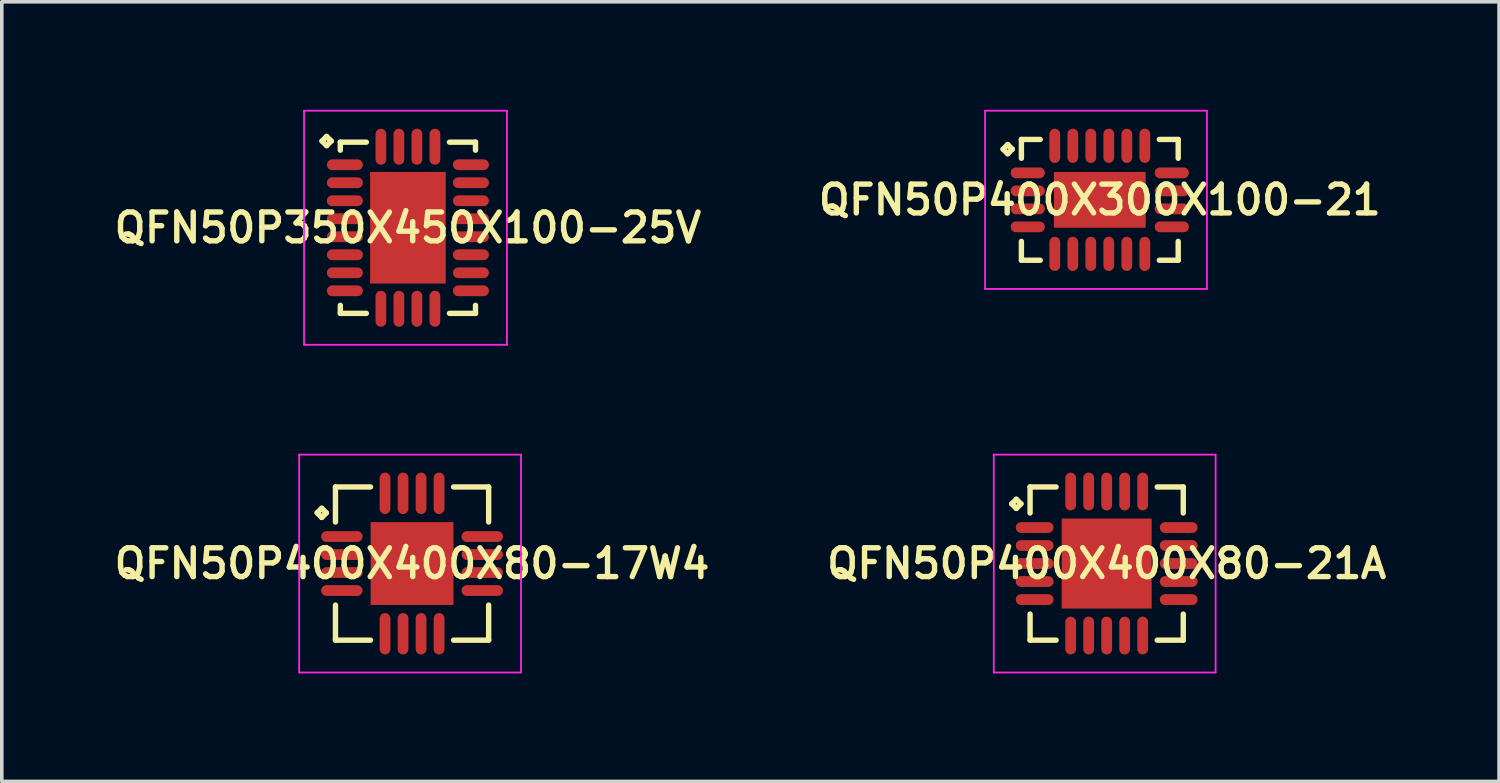
<source format=kicad_pcb>
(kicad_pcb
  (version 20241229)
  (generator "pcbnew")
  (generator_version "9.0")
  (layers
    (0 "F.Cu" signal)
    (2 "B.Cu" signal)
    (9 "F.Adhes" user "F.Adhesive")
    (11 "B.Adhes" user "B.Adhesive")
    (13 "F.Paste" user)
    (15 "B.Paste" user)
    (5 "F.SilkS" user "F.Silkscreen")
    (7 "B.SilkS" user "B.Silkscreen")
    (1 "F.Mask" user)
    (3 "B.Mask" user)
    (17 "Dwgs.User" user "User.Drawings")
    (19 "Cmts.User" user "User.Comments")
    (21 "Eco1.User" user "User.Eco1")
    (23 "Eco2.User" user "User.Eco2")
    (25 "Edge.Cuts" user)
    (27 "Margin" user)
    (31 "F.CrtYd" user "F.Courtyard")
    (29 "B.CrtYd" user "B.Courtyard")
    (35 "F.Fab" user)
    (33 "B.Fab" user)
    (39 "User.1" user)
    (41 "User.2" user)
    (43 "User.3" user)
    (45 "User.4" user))
  (footprint "QFN50P400X400X80-17W4"
    (layer "F.Cu")
    (at 8.393 12.6)
    (property "Reference" "QFN50P400X400X80-17W4" (at 0 0 0) (layer "F.SilkS") (effects (font (size 0.8 0.8) (thickness 0.15))))
    (attr smd)
    (fp_line (start -2.635 -1.408) (end -2.508 -1.535) (stroke (width 0.15) (type solid)) (layer "F.SilkS"))
    (fp_line (start -2.508 -1.535) (end -2.381 -1.408) (stroke (width 0.15) (type solid)) (layer "F.SilkS"))
    (fp_line (start -2.508 -1.281) (end -2.635 -1.408) (stroke (width 0.15) (type solid)) (layer "F.SilkS"))
    (fp_line (start -2.381 -1.408) (end -2.508 -1.281) (stroke (width 0.15) (type solid)) (layer "F.SilkS"))
    (fp_line (start -2.127 -2.127) (end -1.154 -2.127) (stroke (width 0.15) (type solid)) (layer "F.SilkS"))
    (fp_line (start -2.127 -1.154) (end -2.127 -2.127) (stroke (width 0.15) (type solid)) (layer "F.SilkS"))
    (fp_line (start -2.127 1.154) (end -2.127 2.127) (stroke (width 0.15) (type solid)) (layer "F.SilkS"))
    (fp_line (start -2.127 2.127) (end -1.154 2.127) (stroke (width 0.15) (type solid)) (layer "F.SilkS"))
    (fp_line (start 1.154 -2.127) (end 2.127 -2.127) (stroke (width 0.15) (type solid)) (layer "F.SilkS"))
    (fp_line (start 1.154 2.127) (end 2.127 2.127) (stroke (width 0.15) (type solid)) (layer "F.SilkS"))
    (fp_line (start 2.127 -2.127) (end 2.127 -1.154) (stroke (width 0.15) (type solid)) (layer "F.SilkS"))
    (fp_line (start 2.127 2.127) (end 2.127 1.154) (stroke (width 0.15) (type solid)) (layer "F.SilkS"))
    (fp_line (start -3.135 -3.025) (end 3.025 -3.025) (stroke (width 0.05) (type solid)) (layer "F.CrtYd"))
    (fp_line (start -3.135 3.025) (end -3.135 -3.025) (stroke (width 0.05) (type solid)) (layer "F.CrtYd"))
    (fp_line (start 3.025 -3.025) (end 3.025 3.025) (stroke (width 0.05) (type solid)) (layer "F.CrtYd"))
    (fp_line (start 3.025 3.025) (end -3.135 3.025) (stroke (width 0.05) (type solid)) (layer "F.CrtYd"))
    (pad "1" smd oval (at -1.95 -0.75) (size 1.15 0.3) (layers "F.Cu" "F.Mask" "F.Paste"))
    (pad "2" smd oval (at -1.95 -0.25) (size 1.15 0.3) (layers "F.Cu" "F.Mask" "F.Paste"))
    (pad "3" smd oval (at -1.95 0.25) (size 1.15 0.3) (layers "F.Cu" "F.Mask" "F.Paste"))
    (pad "4" smd oval (at -1.95 0.75) (size 1.15 0.3) (layers "F.Cu" "F.Mask" "F.Paste"))
    (pad "5" smd oval (at -0.75 1.95) (size 0.3 1.15) (layers "F.Cu" "F.Mask" "F.Paste"))
    (pad "6" smd oval (at -0.25 1.95) (size 0.3 1.15) (layers "F.Cu" "F.Mask" "F.Paste"))
    (pad "7" smd oval (at 0.25 1.95) (size 0.3 1.15) (layers "F.Cu" "F.Mask" "F.Paste"))
    (pad "8" smd oval (at 0.75 1.95) (size 0.3 1.15) (layers "F.Cu" "F.Mask" "F.Paste"))
    (pad "9" smd oval (at 1.95 0.75) (size 1.15 0.3) (layers "F.Cu" "F.Mask" "F.Paste"))
    (pad "10" smd oval (at 1.95 0.25) (size 1.15 0.3) (layers "F.Cu" "F.Mask" "F.Paste"))
    (pad "11" smd oval (at 1.95 -0.25) (size 1.15 0.3) (layers "F.Cu" "F.Mask" "F.Paste"))
    (pad "12" smd oval (at 1.95 -0.75) (size 1.15 0.3) (layers "F.Cu" "F.Mask" "F.Paste"))
    (pad "13" smd oval (at 0.75 -1.95) (size 0.3 1.15) (layers "F.Cu" "F.Mask" "F.Paste"))
    (pad "14" smd oval (at 0.25 -1.95) (size 0.3 1.15) (layers "F.Cu" "F.Mask" "F.Paste"))
    (pad "15" smd oval (at -0.25 -1.95) (size 0.3 1.15) (layers "F.Cu" "F.Mask" "F.Paste"))
    (pad "16" smd oval (at -0.75 -1.95) (size 0.3 1.15) (layers "F.Cu" "F.Mask" "F.Paste"))
    (pad "17" smd rect (at 0 0) (size 2.3 2.3) (layers "F.Cu" "F.Mask" "F.Paste")))
  (footprint "QFN50P400X400X80-21A"
    (layer "F.Cu")
    (at 27.683 12.6)
    (property "Reference" "QFN50P400X400X80-21A" (at 0 0 0) (layer "F.SilkS") (effects (font (size 0.8 0.8) (thickness 0.15))))
    (attr smd)
    (fp_line (start -2.635 -1.658) (end -2.508 -1.785) (stroke (width 0.15) (type solid)) (layer "F.SilkS"))
    (fp_line (start -2.508 -1.785) (end -2.381 -1.658) (stroke (width 0.15) (type solid)) (layer "F.SilkS"))
    (fp_line (start -2.508 -1.531) (end -2.635 -1.658) (stroke (width 0.15) (type solid)) (layer "F.SilkS"))
    (fp_line (start -2.381 -1.658) (end -2.508 -1.531) (stroke (width 0.15) (type solid)) (layer "F.SilkS"))
    (fp_line (start -2.127 -2.127) (end -1.404 -2.127) (stroke (width 0.15) (type solid)) (layer "F.SilkS"))
    (fp_line (start -2.127 -1.404) (end -2.127 -2.127) (stroke (width 0.15) (type solid)) (layer "F.SilkS"))
    (fp_line (start -2.127 1.404) (end -2.127 2.127) (stroke (width 0.15) (type solid)) (layer "F.SilkS"))
    (fp_line (start -2.127 2.127) (end -1.404 2.127) (stroke (width 0.15) (type solid)) (layer "F.SilkS"))
    (fp_line (start 1.404 -2.127) (end 2.127 -2.127) (stroke (width 0.15) (type solid)) (layer "F.SilkS"))
    (fp_line (start 1.404 2.127) (end 2.127 2.127) (stroke (width 0.15) (type solid)) (layer "F.SilkS"))
    (fp_line (start 2.127 -2.127) (end 2.127 -1.404) (stroke (width 0.15) (type solid)) (layer "F.SilkS"))
    (fp_line (start 2.127 2.127) (end 2.127 1.404) (stroke (width 0.15) (type solid)) (layer "F.SilkS"))
    (fp_line (start -3.135 -3.025) (end 3.025 -3.025) (stroke (width 0.05) (type solid)) (layer "F.CrtYd"))
    (fp_line (start -3.135 3.025) (end -3.135 -3.025) (stroke (width 0.05) (type solid)) (layer "F.CrtYd"))
    (fp_line (start 3.025 -3.025) (end 3.025 3.025) (stroke (width 0.05) (type solid)) (layer "F.CrtYd"))
    (fp_line (start 3.025 3.025) (end -3.135 3.025) (stroke (width 0.05) (type solid)) (layer "F.CrtYd"))
    (pad "1" smd oval (at -2 -1) (size 1.05 0.3) (layers "F.Cu" "F.Mask" "F.Paste"))
    (pad "2" smd oval (at -2 -0.5) (size 1.05 0.3) (layers "F.Cu" "F.Mask" "F.Paste"))
    (pad "3" smd oval (at -2 0) (size 1.05 0.3) (layers "F.Cu" "F.Mask" "F.Paste"))
    (pad "4" smd oval (at -2 0.5) (size 1.05 0.3) (layers "F.Cu" "F.Mask" "F.Paste"))
    (pad "5" smd oval (at -2 1) (size 1.05 0.3) (layers "F.Cu" "F.Mask" "F.Paste"))
    (pad "6" smd oval (at -1 2) (size 0.3 1.05) (layers "F.Cu" "F.Mask" "F.Paste"))
    (pad "7" smd oval (at -0.5 2) (size 0.3 1.05) (layers "F.Cu" "F.Mask" "F.Paste"))
    (pad "8" smd oval (at 0 2) (size 0.3 1.05) (layers "F.Cu" "F.Mask" "F.Paste"))
    (pad "9" smd oval (at 0.5 2) (size 0.3 1.05) (layers "F.Cu" "F.Mask" "F.Paste"))
    (pad "10" smd oval (at 1 2) (size 0.3 1.05) (layers "F.Cu" "F.Mask" "F.Paste"))
    (pad "11" smd oval (at 2 1) (size 1.05 0.3) (layers "F.Cu" "F.Mask" "F.Paste"))
    (pad "12" smd oval (at 2 0.5) (size 1.05 0.3) (layers "F.Cu" "F.Mask" "F.Paste"))
    (pad "13" smd oval (at 2 0) (size 1.05 0.3) (layers "F.Cu" "F.Mask" "F.Paste"))
    (pad "14" smd oval (at 2 -0.5) (size 1.05 0.3) (layers "F.Cu" "F.Mask" "F.Paste"))
    (pad "15" smd oval (at 2 -1) (size 1.05 0.3) (layers "F.Cu" "F.Mask" "F.Paste"))
    (pad "16" smd oval (at 1 -2) (size 0.3 1.05) (layers "F.Cu" "F.Mask" "F.Paste"))
    (pad "17" smd oval (at 0.5 -2) (size 0.3 1.05) (layers "F.Cu" "F.Mask" "F.Paste"))
    (pad "18" smd oval (at 0 -2) (size 0.3 1.05) (layers "F.Cu" "F.Mask" "F.Paste"))
    (pad "19" smd oval (at -0.5 -2) (size 0.3 1.05) (layers "F.Cu" "F.Mask" "F.Paste"))
    (pad "20" smd oval (at -1 -2) (size 0.3 1.05) (layers "F.Cu" "F.Mask" "F.Paste"))
    (pad "21" smd rect (at 0 0) (size 2.5 2.5) (layers "F.Cu" "F.Mask" "F.Paste")))
  (footprint "QFN50P350X450X100-25V"
    (layer "F.Cu")
    (at 8.278 3.275)
    (property "Reference" "QFN50P350X450X100-25V" (at 0 0 0) (layer "F.SilkS") (effects (font (size 0.8 0.8) (thickness 0.15))))
    (attr smd)
    (fp_line (start -2.385 -2.408) (end -2.258 -2.535) (stroke (width 0.15) (type solid)) (layer "F.SilkS"))
    (fp_line (start -2.258 -2.535) (end -2.131 -2.408) (stroke (width 0.15) (type solid)) (layer "F.SilkS"))
    (fp_line (start -2.258 -2.281) (end -2.385 -2.408) (stroke (width 0.15) (type solid)) (layer "F.SilkS"))
    (fp_line (start -2.131 -2.408) (end -2.258 -2.281) (stroke (width 0.15) (type solid)) (layer "F.SilkS"))
    (fp_line (start -1.877 -2.377) (end -1.154 -2.377) (stroke (width 0.15) (type solid)) (layer "F.SilkS"))
    (fp_line (start -1.877 -2.154) (end -1.877 -2.377) (stroke (width 0.15) (type solid)) (layer "F.SilkS"))
    (fp_line (start -1.877 2.154) (end -1.877 2.377) (stroke (width 0.15) (type solid)) (layer "F.SilkS"))
    (fp_line (start -1.877 2.377) (end -1.154 2.377) (stroke (width 0.15) (type solid)) (layer "F.SilkS"))
    (fp_line (start 1.154 -2.377) (end 1.877 -2.377) (stroke (width 0.15) (type solid)) (layer "F.SilkS"))
    (fp_line (start 1.154 2.377) (end 1.877 2.377) (stroke (width 0.15) (type solid)) (layer "F.SilkS"))
    (fp_line (start 1.877 -2.377) (end 1.877 -2.154) (stroke (width 0.15) (type solid)) (layer "F.SilkS"))
    (fp_line (start 1.877 2.377) (end 1.877 2.154) (stroke (width 0.15) (type solid)) (layer "F.SilkS"))
    (fp_line (start -2.885 -3.25) (end 2.75 -3.25) (stroke (width 0.05) (type solid)) (layer "F.CrtYd"))
    (fp_line (start -2.885 3.25) (end -2.885 -3.25) (stroke (width 0.05) (type solid)) (layer "F.CrtYd"))
    (fp_line (start 2.75 -3.25) (end 2.75 3.25) (stroke (width 0.05) (type solid)) (layer "F.CrtYd"))
    (fp_line (start 2.75 3.25) (end -2.885 3.25) (stroke (width 0.05) (type solid)) (layer "F.CrtYd"))
    (pad "1" smd oval (at -1.75 -1.75) (size 1 0.3) (layers "F.Cu" "F.Mask" "F.Paste"))
    (pad "2" smd oval (at -1.75 -1.25) (size 1 0.3) (layers "F.Cu" "F.Mask" "F.Paste"))
    (pad "3" smd oval (at -1.75 -0.75) (size 1 0.3) (layers "F.Cu" "F.Mask" "F.Paste"))
    (pad "4" smd oval (at -1.75 -0.25) (size 1 0.3) (layers "F.Cu" "F.Mask" "F.Paste"))
    (pad "5" smd oval (at -1.75 0.25) (size 1 0.3) (layers "F.Cu" "F.Mask" "F.Paste"))
    (pad "6" smd oval (at -1.75 0.75) (size 1 0.3) (layers "F.Cu" "F.Mask" "F.Paste"))
    (pad "7" smd oval (at -1.75 1.25) (size 1 0.3) (layers "F.Cu" "F.Mask" "F.Paste"))
    (pad "8" smd oval (at -1.75 1.75) (size 1 0.3) (layers "F.Cu" "F.Mask" "F.Paste"))
    (pad "9" smd oval (at -0.75 2.25) (size 0.3 1) (layers "F.Cu" "F.Mask" "F.Paste"))
    (pad "10" smd oval (at -0.25 2.25) (size 0.3 1) (layers "F.Cu" "F.Mask" "F.Paste"))
    (pad "11" smd oval (at 0.25 2.25) (size 0.3 1) (layers "F.Cu" "F.Mask" "F.Paste"))
    (pad "12" smd oval (at 0.75 2.25) (size 0.3 1) (layers "F.Cu" "F.Mask" "F.Paste"))
    (pad "13" smd oval (at 1.75 1.75) (size 1 0.3) (layers "F.Cu" "F.Mask" "F.Paste"))
    (pad "14" smd oval (at 1.75 1.25) (size 1 0.3) (layers "F.Cu" "F.Mask" "F.Paste"))
    (pad "15" smd oval (at 1.75 0.75) (size 1 0.3) (layers "F.Cu" "F.Mask" "F.Paste"))
    (pad "16" smd oval (at 1.75 0.25) (size 1 0.3) (layers "F.Cu" "F.Mask" "F.Paste"))
    (pad "17" smd oval (at 1.75 -0.25) (size 1 0.3) (layers "F.Cu" "F.Mask" "F.Paste"))
    (pad "18" smd oval (at 1.75 -0.75) (size 1 0.3) (layers "F.Cu" "F.Mask" "F.Paste"))
    (pad "19" smd oval (at 1.75 -1.25) (size 1 0.3) (layers "F.Cu" "F.Mask" "F.Paste"))
    (pad "20" smd oval (at 1.75 -1.75) (size 1 0.3) (layers "F.Cu" "F.Mask" "F.Paste"))
    (pad "21" smd oval (at 0.75 -2.25) (size 0.3 1) (layers "F.Cu" "F.Mask" "F.Paste"))
    (pad "22" smd oval (at 0.25 -2.25) (size 0.3 1) (layers "F.Cu" "F.Mask" "F.Paste"))
    (pad "23" smd oval (at -0.25 -2.25) (size 0.3 1) (layers "F.Cu" "F.Mask" "F.Paste"))
    (pad "24" smd oval (at -0.75 -2.25) (size 0.3 1) (layers "F.Cu" "F.Mask" "F.Paste"))
    (pad "25" smd rect (at 0 0) (size 2.1 3.1) (layers "F.Cu" "F.Mask" "F.Paste")))
  (footprint "QFN50P400X300X100-21"
    (layer "F.Cu")
    (at 27.492 2.5)
    (property "Reference" "QFN50P400X300X100-21" (at 0 0 0) (layer "F.SilkS") (effects (font (size 0.8 0.8) (thickness 0.15))))
    (attr smd)
    (fp_line (start -2.685 -1.408) (end -2.558 -1.535) (stroke (width 0.15) (type solid)) (layer "F.SilkS"))
    (fp_line (start -2.558 -1.535) (end -2.431 -1.408) (stroke (width 0.15) (type solid)) (layer "F.SilkS"))
    (fp_line (start -2.558 -1.281) (end -2.685 -1.408) (stroke (width 0.15) (type solid)) (layer "F.SilkS"))
    (fp_line (start -2.431 -1.408) (end -2.558 -1.281) (stroke (width 0.15) (type solid)) (layer "F.SilkS"))
    (fp_line (start -2.177 -1.677) (end -1.654 -1.677) (stroke (width 0.15) (type solid)) (layer "F.SilkS"))
    (fp_line (start -2.177 -1.154) (end -2.177 -1.677) (stroke (width 0.15) (type solid)) (layer "F.SilkS"))
    (fp_line (start -2.177 1.154) (end -2.177 1.677) (stroke (width 0.15) (type solid)) (layer "F.SilkS"))
    (fp_line (start -2.177 1.677) (end -1.654 1.677) (stroke (width 0.15) (type solid)) (layer "F.SilkS"))
    (fp_line (start 1.654 -1.677) (end 2.177 -1.677) (stroke (width 0.15) (type solid)) (layer "F.SilkS"))
    (fp_line (start 1.654 1.677) (end 2.177 1.677) (stroke (width 0.15) (type solid)) (layer "F.SilkS"))
    (fp_line (start 2.177 -1.677) (end 2.177 -1.154) (stroke (width 0.15) (type solid)) (layer "F.SilkS"))
    (fp_line (start 2.177 1.677) (end 2.177 1.154) (stroke (width 0.15) (type solid)) (layer "F.SilkS"))
    (fp_line (start -3.185 -2.475) (end 2.975 -2.475) (stroke (width 0.05) (type solid)) (layer "F.CrtYd"))
    (fp_line (start -3.185 2.475) (end -3.185 -2.475) (stroke (width 0.05) (type solid)) (layer "F.CrtYd"))
    (fp_line (start 2.975 -2.475) (end 2.975 2.475) (stroke (width 0.05) (type solid)) (layer "F.CrtYd"))
    (fp_line (start 2.975 2.475) (end -3.185 2.475) (stroke (width 0.05) (type solid)) (layer "F.CrtYd"))
    (pad "1" smd oval (at -2 -0.75) (size 0.95 0.3) (layers "F.Cu" "F.Mask" "F.Paste"))
    (pad "2" smd oval (at -2 -0.25) (size 0.95 0.3) (layers "F.Cu" "F.Mask" "F.Paste"))
    (pad "3" smd oval (at -2 0.25) (size 0.95 0.3) (layers "F.Cu" "F.Mask" "F.Paste"))
    (pad "4" smd oval (at -2 0.75) (size 0.95 0.3) (layers "F.Cu" "F.Mask" "F.Paste"))
    (pad "5" smd oval (at -1.25 1.5) (size 0.3 0.95) (layers "F.Cu" "F.Mask" "F.Paste"))
    (pad "6" smd oval (at -0.75 1.5) (size 0.3 0.95) (layers "F.Cu" "F.Mask" "F.Paste"))
    (pad "7" smd oval (at -0.25 1.5) (size 0.3 0.95) (layers "F.Cu" "F.Mask" "F.Paste"))
    (pad "8" smd oval (at 0.25 1.5) (size 0.3 0.95) (layers "F.Cu" "F.Mask" "F.Paste"))
    (pad "9" smd oval (at 0.75 1.5) (size 0.3 0.95) (layers "F.Cu" "F.Mask" "F.Paste"))
    (pad "10" smd oval (at 1.25 1.5) (size 0.3 0.95) (layers "F.Cu" "F.Mask" "F.Paste"))
    (pad "11" smd oval (at 2 0.75) (size 0.95 0.3) (layers "F.Cu" "F.Mask" "F.Paste"))
    (pad "12" smd oval (at 2 0.25) (size 0.95 0.3) (layers "F.Cu" "F.Mask" "F.Paste"))
    (pad "13" smd oval (at 2 -0.25) (size 0.95 0.3) (layers "F.Cu" "F.Mask" "F.Paste"))
    (pad "14" smd oval (at 2 -0.75) (size 0.95 0.3) (layers "F.Cu" "F.Mask" "F.Paste"))
    (pad "15" smd oval (at 1.25 -1.5) (size 0.3 0.95) (layers "F.Cu" "F.Mask" "F.Paste"))
    (pad "16" smd oval (at 0.75 -1.5) (size 0.3 0.95) (layers "F.Cu" "F.Mask" "F.Paste"))
    (pad "17" smd oval (at 0.25 -1.5) (size 0.3 0.95) (layers "F.Cu" "F.Mask" "F.Paste"))
    (pad "18" smd oval (at -0.25 -1.5) (size 0.3 0.95) (layers "F.Cu" "F.Mask" "F.Paste"))
    (pad "19" smd oval (at -0.75 -1.5) (size 0.3 0.95) (layers "F.Cu" "F.Mask" "F.Paste"))
    (pad "20" smd oval (at -1.25 -1.5) (size 0.3 0.95) (layers "F.Cu" "F.Mask" "F.Paste"))
    (pad "21" smd rect (at 0 0) (size 2.55 1.55) (layers "F.Cu" "F.Mask" "F.Paste")))
  (gr_rect
    (start -3 -3)
    (end 38.58 18.65)
    (stroke (width 0.1) (type default))
    (fill no)
    (layer "Edge.Cuts")))
</source>
